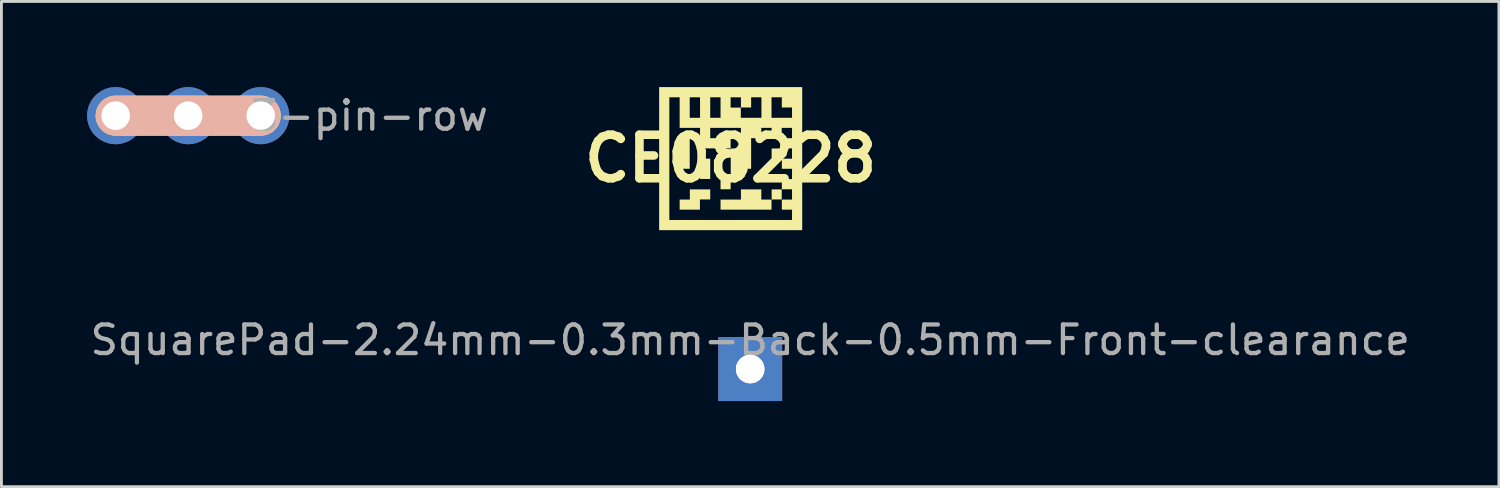
<source format=kicad_pcb>
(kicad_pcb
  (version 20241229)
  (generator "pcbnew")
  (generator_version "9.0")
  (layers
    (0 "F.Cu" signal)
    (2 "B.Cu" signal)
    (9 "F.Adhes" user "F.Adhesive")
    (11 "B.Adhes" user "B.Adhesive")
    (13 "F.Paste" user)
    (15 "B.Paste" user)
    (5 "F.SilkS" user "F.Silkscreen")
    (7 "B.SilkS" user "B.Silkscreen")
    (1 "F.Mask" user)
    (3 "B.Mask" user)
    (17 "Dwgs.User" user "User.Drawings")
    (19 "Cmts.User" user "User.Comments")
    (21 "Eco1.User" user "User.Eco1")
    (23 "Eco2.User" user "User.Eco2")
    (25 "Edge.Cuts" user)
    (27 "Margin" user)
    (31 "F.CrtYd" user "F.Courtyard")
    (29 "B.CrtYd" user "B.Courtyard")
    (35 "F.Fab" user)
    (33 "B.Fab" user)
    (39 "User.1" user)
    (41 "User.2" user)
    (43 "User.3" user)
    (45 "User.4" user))
  (footprint "CE08228"
    (layer "F.Cu")
    (at 22.535 2.503)
    (property "Reference" "CE08228" (at 0 0 0) (layer "F.SilkS") (effects (font (size 1.524 1.524) (thickness 0.3))))
    (attr through_hole)
    (fp_poly (pts (xy -1.432 0.357) (xy -1.785 0.357) (xy -1.785 -0.714) (xy -1.432 -0.714) (xy -1.432 0.357)) (stroke (width 0) (type solid)) (fill yes) (layer "F.SilkS"))
    (fp_poly (pts (xy -0.714 0.714) (xy -1.071 0.714) (xy -1.071 0.004) (xy -0.714 0.004) (xy -0.714 0.714)) (stroke (width 0) (type solid)) (fill yes) (layer "F.SilkS"))
    (fp_poly (pts (xy 0 1.075) (xy -0.353 1.075) (xy -0.353 0.718) (xy 0 0.718) (xy 0 1.075)) (stroke (width 0) (type solid)) (fill yes) (layer "F.SilkS"))
    (fp_poly (pts (xy 1.789 0) (xy 1.436 0) (xy 1.436 -0.353) (xy 1.789 -0.353) (xy 1.789 0)) (stroke (width 0) (type solid)) (fill yes) (layer "F.SilkS"))
    (fp_poly (pts (xy 1.789 1.432) (xy 1.436 1.432) (xy 1.436 1.079) (xy 1.789 1.079) (xy 1.789 1.432)) (stroke (width 0) (type solid)) (fill yes) (layer "F.SilkS"))
    (fp_poly (pts (xy -0.714 1.432) (xy -1.075 1.432) (xy -1.075 1.789) (xy -1.785 1.789) (xy -1.785 1.436) (xy -1.428 1.436) (xy -1.428 1.079) (xy -0.714 1.079) (xy -0.714 1.432)) (stroke (width 0) (type solid)) (fill yes) (layer "F.SilkS"))
    (fp_poly (pts (xy 1.075 1.436) (xy 1.432 1.436) (xy 1.432 1.789) (xy -0.353 1.789) (xy -0.353 1.436) (xy 0.361 1.436) (xy 0.361 1.079) (xy 1.075 1.079) (xy 1.075 1.436)) (stroke (width 0) (type solid)) (fill yes) (layer "F.SilkS"))
    (fp_poly (pts (xy 2.507 2.507) (xy -2.503 2.507) (xy -2.503 -2.146) (xy -2.146 -2.146) (xy -2.146 2.15) (xy 2.15 2.15) (xy 2.15 1.789) (xy 1.793 1.789) (xy 1.793 1.436) (xy 2.15 1.436) (xy 2.15 1.075) (xy 1.793 1.075) (xy 1.793 0.718) (xy 2.15 0.718) (xy 2.15 0.357) (xy 1.793 0.357) (xy 1.793 0.004) (xy 2.15 0.004) (xy 2.15 -0.357) (xy 1.793 -0.357) (xy 1.793 -0.714) (xy 2.15 -0.714) (xy 2.15 -1.075) (xy 1.789 -1.075) (xy 1.789 -0.714) (xy 1.436 -0.714) (xy 1.436 -1.075) (xy 1.075 -1.075) (xy 1.075 -0.714) (xy 0.718 -0.714) (xy 0.718 0.357) (xy 0.357 0.357) (xy 0.357 0.714) (xy 0.004 0.714) (xy 0.004 -0.353) (xy 0.361 -0.353) (xy 0.361 -1.075) (xy -0.714 -1.075) (xy -0.714 -0.714) (xy 0 -0.714) (xy 0 -0.357) (xy -1.071 -0.357) (xy -1.071 -1.075) (xy -1.785 -1.075) (xy -1.785 -2.146) (xy -1.432 -2.146) (xy -1.432 -1.428) (xy -1.071 -1.428) (xy -1.071 -2.146) (xy -0.714 -2.146) (xy -0.714 -1.428) (xy -0.353 -1.428) (xy -0.353 -2.146) (xy 0 -2.146) (xy 0 -1.785) (xy 0.357 -1.785) (xy 0.357 -1.428) (xy 1.079 -1.428) (xy 1.079 -2.146) (xy 1.432 -2.146) (xy 1.432 -1.428) (xy 2.15 -1.428) (xy 2.15 -1.789) (xy 1.793 -1.789) (xy 1.793 -2.146) (xy 1.432 -2.146) (xy 1.079 -2.146) (xy 0.718 -2.146) (xy 0.718 -1.789) (xy 0.361 -1.789) (xy 0.361 -2.146) (xy 0 -2.146) (xy -0.353 -2.146) (xy -0.714 -2.146) (xy -1.071 -2.146) (xy -1.432 -2.146) (xy -1.785 -2.146) (xy -2.146 -2.146) (xy -2.503 -2.146) (xy -2.503 -2.503) (xy 2.507 -2.503) (xy 2.507 2.507)) (stroke (width 0) (type solid)) (fill yes) (layer "F.SilkS")))
  (footprint "SquarePad-2.24mm-0.3mm-Back-0.5mm-Front-clearance"
    (layer "F.Cu")
    (at 23.22 9.874)
    (property "Reference" "SquarePad-2.24mm-0.3mm-Back-0.5mm-Front-clearance" (at 0 -1.016 0) (layer "F.Fab") (effects (font (size 1 1) (thickness 0.15))))
    (attr through_hole)
    (pad "1" thru_hole rect (at 0 0) (size 2.24 2.24) (drill 1) (layers "B.Cu" "B.Mask"))
    (pad "2" thru_hole rect (at 0 0) (size 2.04 2.04) (drill 1) (layers "F.Cu" "F.Mask")))
  (footprint "3-pin-row"
    (layer "F.Cu")
    (at 6.08 1)
    (property "Reference" "3-pin-row" (at 3.81 0 180) (layer "F.Fab") (effects (font (size 1 1) (thickness 0.15))))
    (attr through_hole)
    (fp_line (start -5.08 0) (end 0 0) (stroke (width 1.4) (type solid)) (layer "F.SilkS"))
    (fp_line (start -5.08 0) (end 0 0) (stroke (width 1.4) (type solid)) (layer "B.SilkS"))
    (pad "1" thru_hole circle (at -5.08 0) (size 2 2) (drill 1) (layers "*.Cu" "*.Mask"))
    (pad "1" thru_hole circle (at -2.54 0) (size 2 2) (drill 1) (layers "*.Cu" "*.Mask"))
    (pad "1" smd rect (at -2.54 0) (size 5.08 1) (layers "B.Cu"))
    (pad "1" thru_hole circle (at 0 0) (size 2 2) (drill 1) (layers "*.Cu" "*.Mask")))
  (gr_rect
    (start -3 -3)
    (end 49.44 13.994)
    (stroke (width 0.1) (type default))
    (fill no)
    (layer "Edge.Cuts")))
</source>
